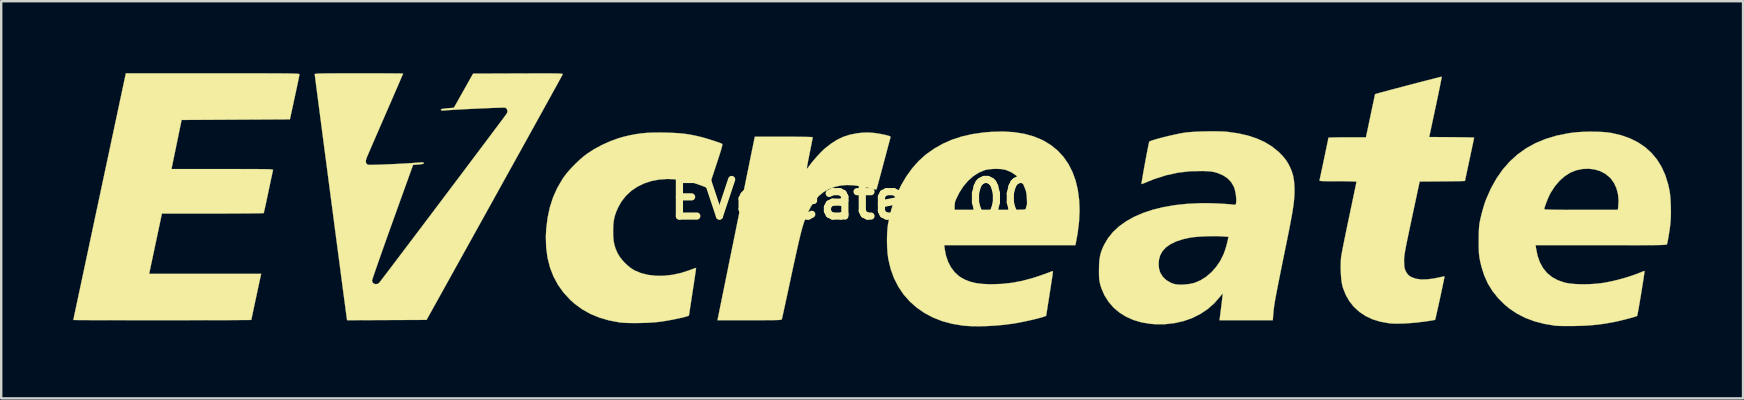
<source format=kicad_pcb>
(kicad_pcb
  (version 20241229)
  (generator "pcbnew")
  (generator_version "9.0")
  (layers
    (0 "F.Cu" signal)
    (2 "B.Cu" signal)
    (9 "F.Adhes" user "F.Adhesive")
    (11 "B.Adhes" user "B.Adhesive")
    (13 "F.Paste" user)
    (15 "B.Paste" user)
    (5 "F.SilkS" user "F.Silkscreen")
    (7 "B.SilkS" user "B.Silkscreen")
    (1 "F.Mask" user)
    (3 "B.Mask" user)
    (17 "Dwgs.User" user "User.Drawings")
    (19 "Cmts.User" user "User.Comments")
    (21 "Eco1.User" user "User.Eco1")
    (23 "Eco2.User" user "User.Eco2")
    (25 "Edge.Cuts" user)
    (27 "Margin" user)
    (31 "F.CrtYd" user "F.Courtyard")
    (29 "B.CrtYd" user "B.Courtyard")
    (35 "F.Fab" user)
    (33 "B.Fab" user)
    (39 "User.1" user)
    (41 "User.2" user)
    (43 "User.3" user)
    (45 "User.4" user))
  (footprint "EVcreate_1000"
    (layer "F.Cu")
    (at 33.279 5.263)
    (property "Reference" "EVcreate_1000" (at 0 0 0) (layer "F.SilkS") (effects (font (size 1.524 1.524) (thickness 0.3))))
    (attr through_hole)
    (fp_poly (pts (xy -8.593 -2.787) (xy -8.295 -2.777) (xy -8.034 -2.762) (xy -7.799 -2.738) (xy -7.574 -2.704) (xy -7.348 -2.659) (xy -7.114 -2.604) (xy -7.003 -2.574) (xy -6.872 -2.536) (xy -6.731 -2.492) (xy -6.59 -2.447) (xy -6.46 -2.404) (xy -6.35 -2.365) (xy -6.272 -2.335) (xy -6.242 -2.321) (xy -6.233 -2.31) (xy -6.231 -2.287) (xy -6.236 -2.246) (xy -6.251 -2.185) (xy -6.275 -2.098) (xy -6.31 -1.981) (xy -6.358 -1.829) (xy -6.42 -1.639) (xy -6.497 -1.405) (xy -6.505 -1.381) (xy -6.807 -0.464) (xy -7.055 -0.564) (xy -7.434 -0.698) (xy -7.808 -0.79) (xy -8.174 -0.843) (xy -8.528 -0.856) (xy -8.869 -0.831) (xy -9.192 -0.768) (xy -9.494 -0.669) (xy -9.772 -0.533) (xy -10.024 -0.363) (xy -10.245 -0.158) (xy -10.432 0.081) (xy -10.566 0.316) (xy -10.651 0.508) (xy -10.712 0.686) (xy -10.752 0.867) (xy -10.774 1.064) (xy -10.781 1.293) (xy -10.781 1.333) (xy -10.776 1.552) (xy -10.758 1.735) (xy -10.726 1.898) (xy -10.676 2.054) (xy -10.605 2.218) (xy -10.597 2.235) (xy -10.503 2.392) (xy -10.374 2.555) (xy -10.223 2.71) (xy -10.061 2.845) (xy -9.901 2.948) (xy -9.892 2.953) (xy -9.619 3.067) (xy -9.318 3.142) (xy -8.995 3.179) (xy -8.655 3.177) (xy -8.302 3.137) (xy -7.944 3.058) (xy -7.584 2.941) (xy -7.565 2.933) (xy -7.465 2.896) (xy -7.386 2.868) (xy -7.336 2.853) (xy -7.325 2.852) (xy -7.327 2.878) (xy -7.337 2.948) (xy -7.352 3.058) (xy -7.373 3.202) (xy -7.399 3.374) (xy -7.428 3.569) (xy -7.461 3.782) (xy -7.469 3.833) (xy -7.502 4.049) (xy -7.533 4.25) (xy -7.561 4.43) (xy -7.584 4.583) (xy -7.602 4.703) (xy -7.614 4.786) (xy -7.62 4.826) (xy -7.62 4.828) (xy -7.644 4.846) (xy -7.712 4.87) (xy -7.817 4.9) (xy -7.954 4.933) (xy -8.116 4.968) (xy -8.296 5.005) (xy -8.489 5.04) (xy -8.688 5.074) (xy -8.75 5.084) (xy -8.921 5.105) (xy -9.125 5.123) (xy -9.351 5.136) (xy -9.589 5.144) (xy -9.827 5.148) (xy -10.054 5.147) (xy -10.259 5.141) (xy -10.432 5.129) (xy -10.516 5.12) (xy -10.955 5.037) (xy -11.359 4.919) (xy -11.73 4.765) (xy -12.071 4.574) (xy -12.384 4.345) (xy -12.568 4.181) (xy -12.845 3.881) (xy -13.078 3.556) (xy -13.267 3.205) (xy -13.412 2.829) (xy -13.514 2.427) (xy -13.571 2.001) (xy -13.584 1.549) (xy -13.569 1.238) (xy -13.512 0.765) (xy -13.417 0.324) (xy -13.284 -0.089) (xy -13.11 -0.478) (xy -12.895 -0.846) (xy -12.819 -0.958) (xy -12.695 -1.118) (xy -12.54 -1.294) (xy -12.365 -1.474) (xy -12.183 -1.647) (xy -12.004 -1.802) (xy -11.861 -1.911) (xy -11.571 -2.099) (xy -11.246 -2.273) (xy -10.906 -2.426) (xy -10.566 -2.55) (xy -10.346 -2.614) (xy -10.088 -2.675) (xy -9.845 -2.722) (xy -9.605 -2.756) (xy -9.356 -2.778) (xy -9.087 -2.789) (xy -8.786 -2.79) (xy -8.593 -2.787)) (stroke (width 0.01) (type solid)) (fill yes) (layer "F.SilkS"))
    (fp_poly (pts (xy 0.1 -2.773) (xy 0.367 -2.731) (xy 0.566 -2.689) (xy 0.674 -2.662) (xy 0.74 -2.64) (xy 0.772 -2.621) (xy 0.778 -2.599) (xy 0.777 -2.595) (xy 0.768 -2.562) (xy 0.748 -2.485) (xy 0.717 -2.37) (xy 0.677 -2.222) (xy 0.63 -2.045) (xy 0.577 -1.845) (xy 0.519 -1.628) (xy 0.481 -1.486) (xy 0.421 -1.262) (xy 0.366 -1.054) (xy 0.315 -0.866) (xy 0.272 -0.704) (xy 0.236 -0.573) (xy 0.21 -0.478) (xy 0.195 -0.423) (xy 0.191 -0.412) (xy 0.166 -0.415) (xy 0.101 -0.429) (xy 0.005 -0.45) (xy -0.11 -0.477) (xy -0.12 -0.48) (xy -0.46 -0.552) (xy -0.766 -0.593) (xy -1.045 -0.604) (xy -1.3 -0.582) (xy -1.54 -0.529) (xy -1.77 -0.445) (xy -1.802 -0.43) (xy -2.018 -0.307) (xy -2.209 -0.151) (xy -2.379 0.044) (xy -2.533 0.282) (xy -2.617 0.444) (xy -2.664 0.542) (xy -2.707 0.636) (xy -2.747 0.729) (xy -2.785 0.825) (xy -2.821 0.927) (xy -2.858 1.039) (xy -2.895 1.165) (xy -2.935 1.309) (xy -2.977 1.474) (xy -3.023 1.664) (xy -3.073 1.883) (xy -3.13 2.134) (xy -3.193 2.421) (xy -3.265 2.748) (xy -3.345 3.119) (xy -3.403 3.391) (xy -3.462 3.665) (xy -3.518 3.925) (xy -3.57 4.166) (xy -3.617 4.385) (xy -3.659 4.576) (xy -3.694 4.736) (xy -3.721 4.86) (xy -3.74 4.944) (xy -3.749 4.983) (xy -3.749 4.985) (xy -3.755 4.995) (xy -3.767 5.003) (xy -3.792 5.01) (xy -3.831 5.015) (xy -3.89 5.02) (xy -3.973 5.023) (xy -4.083 5.025) (xy -4.225 5.027) (xy -4.402 5.028) (xy -4.619 5.029) (xy -4.88 5.029) (xy -5.098 5.029) (xy -6.433 5.029) (xy -6.419 4.959) (xy -6.402 4.878) (xy -6.377 4.753) (xy -6.344 4.589) (xy -6.303 4.39) (xy -6.256 4.157) (xy -6.203 3.896) (xy -6.144 3.608) (xy -6.081 3.298) (xy -6.014 2.968) (xy -5.944 2.622) (xy -5.871 2.264) (xy -5.796 1.897) (xy -5.72 1.523) (xy -5.644 1.147) (xy -5.567 0.771) (xy -5.492 0.399) (xy -5.418 0.035) (xy -5.346 -0.319) (xy -5.277 -0.659) (xy -5.211 -0.982) (xy -5.149 -1.284) (xy -5.093 -1.562) (xy -5.042 -1.813) (xy -4.997 -2.033) (xy -4.959 -2.219) (xy -4.928 -2.368) (xy -4.906 -2.477) (xy -4.893 -2.541) (xy -4.889 -2.559) (xy -4.876 -2.616) (xy -3.67 -2.616) (xy -3.428 -2.616) (xy -3.202 -2.615) (xy -2.997 -2.613) (xy -2.819 -2.61) (xy -2.671 -2.607) (xy -2.559 -2.604) (xy -2.489 -2.6) (xy -2.464 -2.596) (xy -2.464 -2.596) (xy -2.469 -2.566) (xy -2.482 -2.494) (xy -2.503 -2.385) (xy -2.53 -2.248) (xy -2.562 -2.088) (xy -2.591 -1.942) (xy -2.625 -1.769) (xy -2.656 -1.613) (xy -2.681 -1.479) (xy -2.699 -1.376) (xy -2.709 -1.31) (xy -2.711 -1.288) (xy -2.694 -1.295) (xy -2.658 -1.335) (xy -2.627 -1.377) (xy -2.521 -1.518) (xy -2.394 -1.672) (xy -2.257 -1.827) (xy -2.121 -1.971) (xy -1.999 -2.09) (xy -1.957 -2.127) (xy -1.699 -2.329) (xy -1.448 -2.489) (xy -1.193 -2.61) (xy -0.924 -2.698) (xy -0.635 -2.757) (xy -0.387 -2.785) (xy -0.147 -2.791) (xy 0.1 -2.773)) (stroke (width 0.01) (type solid)) (fill yes) (layer "F.SilkS"))
    (fp_poly (pts (xy 5.926 -2.805) (xy 6.345 -2.738) (xy 6.732 -2.632) (xy 7.087 -2.486) (xy 7.17 -2.444) (xy 7.479 -2.254) (xy 7.752 -2.028) (xy 7.991 -1.767) (xy 8.193 -1.473) (xy 8.359 -1.147) (xy 8.489 -0.79) (xy 8.581 -0.404) (xy 8.636 0.011) (xy 8.654 0.452) (xy 8.633 0.919) (xy 8.573 1.41) (xy 8.507 1.772) (xy 8.48 1.905) (xy 3.016 1.905) (xy 3.033 2.051) (xy 3.086 2.331) (xy 3.174 2.59) (xy 3.295 2.823) (xy 3.445 3.024) (xy 3.622 3.187) (xy 3.696 3.239) (xy 3.887 3.344) (xy 4.095 3.424) (xy 4.326 3.481) (xy 4.587 3.516) (xy 4.887 3.531) (xy 4.991 3.532) (xy 5.42 3.517) (xy 5.838 3.471) (xy 6.257 3.392) (xy 6.688 3.277) (xy 6.96 3.189) (xy 7.1 3.141) (xy 7.232 3.095) (xy 7.342 3.054) (xy 7.421 3.024) (xy 7.449 3.013) (xy 7.509 2.988) (xy 7.536 2.985) (xy 7.544 3.005) (xy 7.544 3.018) (xy 7.54 3.054) (xy 7.529 3.133) (xy 7.512 3.251) (xy 7.489 3.4) (xy 7.462 3.576) (xy 7.432 3.771) (xy 7.404 3.946) (xy 7.372 4.151) (xy 7.342 4.34) (xy 7.316 4.507) (xy 7.294 4.646) (xy 7.277 4.751) (xy 7.267 4.817) (xy 7.264 4.838) (xy 7.241 4.856) (xy 7.174 4.881) (xy 7.071 4.913) (xy 6.938 4.949) (xy 6.783 4.988) (xy 6.613 5.028) (xy 6.434 5.067) (xy 6.253 5.105) (xy 6.077 5.139) (xy 5.913 5.167) (xy 5.829 5.18) (xy 5.49 5.223) (xy 5.141 5.254) (xy 4.792 5.274) (xy 4.457 5.282) (xy 4.145 5.278) (xy 3.867 5.261) (xy 3.797 5.254) (xy 3.353 5.181) (xy 2.936 5.069) (xy 2.549 4.917) (xy 2.191 4.728) (xy 1.866 4.503) (xy 1.575 4.244) (xy 1.319 3.952) (xy 1.101 3.628) (xy 0.921 3.274) (xy 0.783 2.892) (xy 0.686 2.484) (xy 0.684 2.473) (xy 0.655 2.251) (xy 0.637 1.996) (xy 0.63 1.726) (xy 0.635 1.457) (xy 0.651 1.206) (xy 0.671 1.041) (xy 0.757 0.613) (xy 0.809 0.432) (xy 3.356 0.432) (xy 4.892 0.432) (xy 5.21 0.432) (xy 5.481 0.431) (xy 5.709 0.431) (xy 5.898 0.43) (xy 6.051 0.428) (xy 6.172 0.426) (xy 6.265 0.423) (xy 6.334 0.419) (xy 6.382 0.414) (xy 6.414 0.408) (xy 6.433 0.401) (xy 6.443 0.393) (xy 6.446 0.387) (xy 6.458 0.325) (xy 6.464 0.225) (xy 6.465 0.102) (xy 6.46 -0.032) (xy 6.45 -0.164) (xy 6.435 -0.28) (xy 6.417 -0.366) (xy 6.417 -0.368) (xy 6.321 -0.609) (xy 6.188 -0.819) (xy 6.021 -0.993) (xy 5.825 -1.13) (xy 5.602 -1.225) (xy 5.522 -1.247) (xy 5.386 -1.269) (xy 5.222 -1.277) (xy 5.047 -1.274) (xy 4.879 -1.259) (xy 4.736 -1.233) (xy 4.699 -1.222) (xy 4.453 -1.118) (xy 4.221 -0.968) (xy 4.006 -0.777) (xy 3.812 -0.548) (xy 3.642 -0.285) (xy 3.499 0.007) (xy 3.394 0.304) (xy 3.356 0.432) (xy 0.809 0.432) (xy 0.88 0.191) (xy 1.037 -0.217) (xy 1.226 -0.606) (xy 1.443 -0.971) (xy 1.685 -1.305) (xy 1.949 -1.603) (xy 2.231 -1.858) (xy 2.271 -1.89) (xy 2.611 -2.128) (xy 2.968 -2.329) (xy 3.347 -2.495) (xy 3.751 -2.626) (xy 4.186 -2.725) (xy 4.655 -2.792) (xy 4.991 -2.82) (xy 5.474 -2.832) (xy 5.926 -2.805)) (stroke (width 0.01) (type solid)) (fill yes) (layer "F.SilkS"))
    (fp_poly (pts (xy -26.967 -5.258) (xy -26.515 -5.258) (xy -26.108 -5.258) (xy -25.745 -5.257) (xy -25.423 -5.257) (xy -25.14 -5.256) (xy -24.892 -5.255) (xy -24.678 -5.254) (xy -24.496 -5.253) (xy -24.342 -5.251) (xy -24.215 -5.249) (xy -24.112 -5.247) (xy -24.03 -5.244) (xy -23.967 -5.24) (xy -23.921 -5.237) (xy -23.888 -5.233) (xy -23.868 -5.228) (xy -23.857 -5.223) (xy -23.852 -5.217) (xy -23.852 -5.213) (xy -23.857 -5.179) (xy -23.872 -5.101) (xy -23.896 -4.985) (xy -23.926 -4.837) (xy -23.963 -4.662) (xy -24.005 -4.467) (xy -24.05 -4.258) (xy -24.051 -4.255) (xy -24.249 -3.34) (xy -28.762 -3.315) (xy -28.956 -2.375) (xy -29 -2.16) (xy -29.042 -1.958) (xy -29.08 -1.775) (xy -29.113 -1.617) (xy -29.139 -1.49) (xy -29.157 -1.401) (xy -29.167 -1.354) (xy -29.167 -1.353) (xy -29.183 -1.27) (xy -27.061 -1.27) (xy -26.684 -1.27) (xy -26.353 -1.27) (xy -26.068 -1.269) (xy -25.823 -1.269) (xy -25.617 -1.268) (xy -25.446 -1.266) (xy -25.306 -1.265) (xy -25.195 -1.262) (xy -25.109 -1.259) (xy -25.046 -1.256) (xy -25.002 -1.251) (xy -24.974 -1.246) (xy -24.958 -1.24) (xy -24.952 -1.233) (xy -24.952 -1.226) (xy -24.961 -1.191) (xy -24.978 -1.113) (xy -25.003 -0.997) (xy -25.035 -0.849) (xy -25.071 -0.676) (xy -25.112 -0.483) (xy -25.147 -0.318) (xy -25.19 -0.115) (xy -25.229 0.071) (xy -25.265 0.237) (xy -25.295 0.374) (xy -25.319 0.479) (xy -25.334 0.544) (xy -25.34 0.565) (xy -25.367 0.568) (xy -25.44 0.57) (xy -25.557 0.573) (xy -25.714 0.576) (xy -25.906 0.578) (xy -26.131 0.58) (xy -26.383 0.581) (xy -26.66 0.583) (xy -26.958 0.584) (xy -27.273 0.584) (xy -27.467 0.584) (xy -29.582 0.584) (xy -29.742 1.34) (xy -29.789 1.561) (xy -29.839 1.796) (xy -29.888 2.031) (xy -29.936 2.253) (xy -29.977 2.45) (xy -30.009 2.597) (xy -30.115 3.099) (xy -25.445 3.099) (xy -25.46 3.156) (xy -25.469 3.196) (xy -25.487 3.278) (xy -25.512 3.393) (xy -25.543 3.536) (xy -25.578 3.7) (xy -25.616 3.878) (xy -25.656 4.064) (xy -25.696 4.25) (xy -25.734 4.43) (xy -25.77 4.598) (xy -25.801 4.746) (xy -25.827 4.869) (xy -25.846 4.958) (xy -25.856 5.009) (xy -25.857 5.017) (xy -25.882 5.018) (xy -25.955 5.02) (xy -26.073 5.021) (xy -26.234 5.022) (xy -26.434 5.023) (xy -26.67 5.025) (xy -26.941 5.026) (xy -27.243 5.026) (xy -27.573 5.027) (xy -27.928 5.028) (xy -28.306 5.028) (xy -28.704 5.029) (xy -29.119 5.029) (xy -29.549 5.029) (xy -29.566 5.029) (xy -29.995 5.029) (xy -30.411 5.029) (xy -30.81 5.029) (xy -31.189 5.028) (xy -31.545 5.028) (xy -31.876 5.027) (xy -32.179 5.027) (xy -32.451 5.026) (xy -32.689 5.025) (xy -32.891 5.024) (xy -33.053 5.023) (xy -33.172 5.022) (xy -33.247 5.021) (xy -33.274 5.02) (xy -33.274 5.02) (xy -33.269 4.995) (xy -33.253 4.922) (xy -33.229 4.805) (xy -33.195 4.644) (xy -33.152 4.443) (xy -33.101 4.205) (xy -33.043 3.93) (xy -32.977 3.623) (xy -32.905 3.284) (xy -32.827 2.916) (xy -32.743 2.523) (xy -32.654 2.105) (xy -32.561 1.665) (xy -32.463 1.207) (xy -32.362 0.731) (xy -32.257 0.241) (xy -32.194 -0.053) (xy -32.088 -0.552) (xy -31.985 -1.038) (xy -31.884 -1.509) (xy -31.787 -1.963) (xy -31.695 -2.397) (xy -31.607 -2.808) (xy -31.525 -3.195) (xy -31.448 -3.554) (xy -31.378 -3.885) (xy -31.314 -4.184) (xy -31.258 -4.448) (xy -31.209 -4.676) (xy -31.169 -4.865) (xy -31.137 -5.013) (xy -31.115 -5.118) (xy -31.103 -5.176) (xy -31.1 -5.188) (xy -31.086 -5.258) (xy -27.468 -5.258) (xy -26.967 -5.258)) (stroke (width 0.01) (type solid)) (fill yes) (layer "F.SilkS"))
    (fp_poly (pts (xy 30.183 -2.824) (xy 30.432 -2.814) (xy 30.656 -2.795) (xy 30.811 -2.773) (xy 31.217 -2.679) (xy 31.588 -2.548) (xy 31.924 -2.381) (xy 32.224 -2.178) (xy 32.488 -1.939) (xy 32.717 -1.664) (xy 32.908 -1.354) (xy 33.063 -1.009) (xy 33.181 -0.63) (xy 33.237 -0.368) (xy 33.261 -0.196) (xy 33.279 0.012) (xy 33.29 0.242) (xy 33.295 0.478) (xy 33.292 0.706) (xy 33.281 0.911) (xy 33.275 0.979) (xy 33.26 1.115) (xy 33.239 1.268) (xy 33.214 1.428) (xy 33.189 1.581) (xy 33.164 1.716) (xy 33.142 1.82) (xy 33.131 1.861) (xy 33.127 1.868) (xy 33.117 1.874) (xy 33.099 1.879) (xy 33.069 1.884) (xy 33.025 1.888) (xy 32.963 1.892) (xy 32.882 1.895) (xy 32.778 1.898) (xy 32.649 1.9) (xy 32.491 1.901) (xy 32.302 1.903) (xy 32.079 1.903) (xy 31.819 1.904) (xy 31.519 1.905) (xy 31.177 1.905) (xy 30.79 1.905) (xy 30.388 1.905) (xy 27.657 1.905) (xy 27.674 2.026) (xy 27.737 2.34) (xy 27.835 2.618) (xy 27.968 2.859) (xy 28.136 3.063) (xy 28.339 3.231) (xy 28.578 3.362) (xy 28.852 3.457) (xy 28.889 3.467) (xy 29.074 3.5) (xy 29.298 3.522) (xy 29.549 3.532) (xy 29.815 3.53) (xy 30.087 3.517) (xy 30.352 3.492) (xy 30.518 3.468) (xy 30.776 3.419) (xy 31.06 3.352) (xy 31.353 3.272) (xy 31.638 3.183) (xy 31.901 3.09) (xy 32.065 3.024) (xy 32.135 2.995) (xy 32.183 2.979) (xy 32.196 2.978) (xy 32.195 3.005) (xy 32.186 3.075) (xy 32.171 3.182) (xy 32.15 3.319) (xy 32.125 3.478) (xy 32.097 3.654) (xy 32.067 3.84) (xy 32.036 4.028) (xy 32.005 4.211) (xy 31.976 4.384) (xy 31.949 4.54) (xy 31.925 4.67) (xy 31.906 4.77) (xy 31.893 4.832) (xy 31.888 4.849) (xy 31.853 4.865) (xy 31.777 4.89) (xy 31.67 4.922) (xy 31.539 4.957) (xy 31.395 4.995) (xy 31.246 5.032) (xy 31.1 5.067) (xy 30.967 5.096) (xy 30.912 5.107) (xy 30.59 5.165) (xy 30.282 5.209) (xy 29.97 5.24) (xy 29.64 5.26) (xy 29.286 5.27) (xy 29.101 5.272) (xy 28.921 5.272) (xy 28.756 5.27) (xy 28.616 5.266) (xy 28.512 5.26) (xy 28.473 5.257) (xy 28.022 5.182) (xy 27.607 5.074) (xy 27.227 4.931) (xy 26.88 4.754) (xy 26.563 4.541) (xy 26.365 4.377) (xy 26.091 4.103) (xy 25.86 3.814) (xy 25.67 3.505) (xy 25.518 3.169) (xy 25.4 2.8) (xy 25.343 2.554) (xy 25.323 2.448) (xy 25.308 2.349) (xy 25.297 2.246) (xy 25.291 2.127) (xy 25.287 1.984) (xy 25.286 1.804) (xy 25.286 1.727) (xy 25.288 1.503) (xy 25.293 1.306) (xy 25.302 1.143) (xy 25.315 1.021) (xy 25.319 0.991) (xy 25.361 0.788) (xy 25.415 0.565) (xy 25.46 0.405) (xy 28.016 0.405) (xy 28.035 0.411) (xy 28.094 0.416) (xy 28.193 0.421) (xy 28.334 0.424) (xy 28.519 0.427) (xy 28.749 0.43) (xy 29.027 0.431) (xy 29.353 0.432) (xy 29.549 0.432) (xy 31.083 0.432) (xy 31.099 0.314) (xy 31.115 0.041) (xy 31.091 -0.221) (xy 31.026 -0.466) (xy 30.925 -0.687) (xy 30.787 -0.879) (xy 30.744 -0.924) (xy 30.561 -1.072) (xy 30.349 -1.183) (xy 30.115 -1.253) (xy 29.866 -1.284) (xy 29.608 -1.272) (xy 29.347 -1.217) (xy 29.337 -1.214) (xy 29.099 -1.116) (xy 28.872 -0.972) (xy 28.66 -0.785) (xy 28.467 -0.561) (xy 28.298 -0.303) (xy 28.235 -0.185) (xy 28.19 -0.089) (xy 28.143 0.024) (xy 28.098 0.141) (xy 28.058 0.25) (xy 28.03 0.34) (xy 28.017 0.398) (xy 28.016 0.405) (xy 25.46 0.405) (xy 25.478 0.34) (xy 25.543 0.133) (xy 25.595 -0.01) (xy 25.797 -0.465) (xy 26.028 -0.878) (xy 26.289 -1.252) (xy 26.581 -1.584) (xy 26.904 -1.877) (xy 27.259 -2.131) (xy 27.645 -2.345) (xy 28.065 -2.52) (xy 28.517 -2.658) (xy 29.004 -2.757) (xy 29.176 -2.782) (xy 29.403 -2.806) (xy 29.655 -2.821) (xy 29.919 -2.827) (xy 30.183 -2.824)) (stroke (width 0.01) (type solid)) (fill yes) (layer "F.SilkS"))
    (fp_poly (pts (xy 23.742 -5.091) (xy 23.73 -5.02) (xy 23.708 -4.909) (xy 23.679 -4.762) (xy 23.643 -4.585) (xy 23.601 -4.381) (xy 23.554 -4.156) (xy 23.503 -3.915) (xy 23.49 -3.855) (xy 23.223 -2.603) (xy 24.159 -2.597) (xy 24.372 -2.595) (xy 24.567 -2.593) (xy 24.74 -2.59) (xy 24.885 -2.587) (xy 24.996 -2.584) (xy 25.068 -2.581) (xy 25.095 -2.578) (xy 25.095 -2.578) (xy 25.09 -2.551) (xy 25.075 -2.481) (xy 25.053 -2.372) (xy 25.023 -2.23) (xy 24.987 -2.061) (xy 24.946 -1.871) (xy 24.905 -1.676) (xy 24.861 -1.471) (xy 24.821 -1.282) (xy 24.785 -1.114) (xy 24.755 -0.974) (xy 24.733 -0.867) (xy 24.719 -0.799) (xy 24.714 -0.775) (xy 24.69 -0.772) (xy 24.62 -0.769) (xy 24.511 -0.766) (xy 24.367 -0.763) (xy 24.195 -0.76) (xy 24.001 -0.758) (xy 23.788 -0.756) (xy 23.77 -0.756) (xy 22.826 -0.749) (xy 22.538 0.597) (xy 22.466 0.936) (xy 22.404 1.228) (xy 22.351 1.48) (xy 22.307 1.694) (xy 22.27 1.874) (xy 22.241 2.025) (xy 22.218 2.151) (xy 22.201 2.255) (xy 22.189 2.342) (xy 22.181 2.416) (xy 22.177 2.48) (xy 22.176 2.539) (xy 22.177 2.597) (xy 22.179 2.652) (xy 22.186 2.772) (xy 22.198 2.859) (xy 22.22 2.929) (xy 22.255 3.002) (xy 22.267 3.024) (xy 22.326 3.115) (xy 22.392 3.179) (xy 22.487 3.235) (xy 22.487 3.236) (xy 22.663 3.3) (xy 22.876 3.331) (xy 23.125 3.329) (xy 23.408 3.293) (xy 23.63 3.248) (xy 23.729 3.226) (xy 23.808 3.21) (xy 23.854 3.204) (xy 23.861 3.204) (xy 23.858 3.231) (xy 23.845 3.3) (xy 23.824 3.405) (xy 23.796 3.539) (xy 23.763 3.696) (xy 23.726 3.869) (xy 23.687 4.05) (xy 23.647 4.234) (xy 23.608 4.413) (xy 23.571 4.58) (xy 23.537 4.73) (xy 23.509 4.855) (xy 23.487 4.948) (xy 23.473 5.002) (xy 23.468 5.014) (xy 23.44 5.021) (xy 23.369 5.034) (xy 23.264 5.051) (xy 23.133 5.071) (xy 22.983 5.092) (xy 22.973 5.093) (xy 22.714 5.125) (xy 22.453 5.148) (xy 22.198 5.164) (xy 21.96 5.171) (xy 21.75 5.17) (xy 21.578 5.159) (xy 21.547 5.155) (xy 21.189 5.091) (xy 20.867 4.993) (xy 20.579 4.858) (xy 20.32 4.687) (xy 20.089 4.477) (xy 20.072 4.459) (xy 19.893 4.232) (xy 19.745 3.972) (xy 19.633 3.688) (xy 19.605 3.594) (xy 19.578 3.456) (xy 19.557 3.281) (xy 19.542 3.083) (xy 19.535 2.875) (xy 19.536 2.671) (xy 19.545 2.483) (xy 19.557 2.373) (xy 19.568 2.306) (xy 19.588 2.194) (xy 19.617 2.044) (xy 19.653 1.86) (xy 19.696 1.648) (xy 19.744 1.413) (xy 19.796 1.16) (xy 19.852 0.895) (xy 19.89 0.713) (xy 19.945 0.45) (xy 19.998 0.203) (xy 20.045 -0.026) (xy 20.088 -0.23) (xy 20.125 -0.407) (xy 20.155 -0.551) (xy 20.177 -0.657) (xy 20.19 -0.722) (xy 20.193 -0.741) (xy 20.169 -0.746) (xy 20.1 -0.751) (xy 19.992 -0.755) (xy 19.852 -0.758) (xy 19.686 -0.761) (xy 19.5 -0.762) (xy 19.417 -0.762) (xy 19.197 -0.762) (xy 19.024 -0.763) (xy 18.891 -0.764) (xy 18.793 -0.767) (xy 18.726 -0.771) (xy 18.683 -0.777) (xy 18.66 -0.784) (xy 18.652 -0.794) (xy 18.653 -0.806) (xy 18.662 -0.842) (xy 18.679 -0.918) (xy 18.703 -1.03) (xy 18.732 -1.17) (xy 18.767 -1.33) (xy 18.803 -1.505) (xy 18.842 -1.686) (xy 18.88 -1.868) (xy 18.916 -2.043) (xy 18.95 -2.204) (xy 18.979 -2.344) (xy 19.002 -2.457) (xy 19.018 -2.535) (xy 19.024 -2.572) (xy 19.025 -2.574) (xy 19.049 -2.578) (xy 19.118 -2.582) (xy 19.226 -2.585) (xy 19.366 -2.588) (xy 19.532 -2.59) (xy 19.718 -2.591) (xy 19.806 -2.591) (xy 20.588 -2.591) (xy 20.776 -3.486) (xy 20.819 -3.692) (xy 20.859 -3.882) (xy 20.895 -4.049) (xy 20.925 -4.189) (xy 20.948 -4.297) (xy 20.963 -4.365) (xy 20.969 -4.389) (xy 20.995 -4.398) (xy 21.064 -4.418) (xy 21.171 -4.448) (xy 21.312 -4.486) (xy 21.48 -4.531) (xy 21.67 -4.582) (xy 21.878 -4.637) (xy 22.097 -4.694) (xy 22.322 -4.754) (xy 22.548 -4.813) (xy 22.769 -4.871) (xy 22.981 -4.926) (xy 23.177 -4.976) (xy 23.353 -5.021) (xy 23.502 -5.059) (xy 23.621 -5.089) (xy 23.703 -5.109) (xy 23.742 -5.117) (xy 23.745 -5.117) (xy 23.742 -5.091)) (stroke (width 0.01) (type solid)) (fill yes) (layer "F.SilkS"))
    (fp_poly (pts (xy 14.433 -2.839) (xy 14.624 -2.834) (xy 14.78 -2.824) (xy 14.816 -2.82) (xy 15.263 -2.756) (xy 15.669 -2.664) (xy 16.037 -2.543) (xy 16.367 -2.394) (xy 16.664 -2.214) (xy 16.928 -2.002) (xy 16.976 -1.958) (xy 17.123 -1.807) (xy 17.24 -1.665) (xy 17.338 -1.514) (xy 17.412 -1.374) (xy 17.496 -1.18) (xy 17.555 -0.983) (xy 17.591 -0.769) (xy 17.608 -0.527) (xy 17.61 -0.381) (xy 17.608 -0.264) (xy 17.604 -0.149) (xy 17.596 -0.031) (xy 17.584 0.095) (xy 17.567 0.232) (xy 17.545 0.386) (xy 17.517 0.561) (xy 17.481 0.761) (xy 17.438 0.991) (xy 17.387 1.256) (xy 17.326 1.56) (xy 17.256 1.908) (xy 17.231 2.029) (xy 17.15 2.426) (xy 17.079 2.776) (xy 17.017 3.084) (xy 16.963 3.353) (xy 16.917 3.587) (xy 16.877 3.79) (xy 16.844 3.964) (xy 16.816 4.114) (xy 16.794 4.244) (xy 16.775 4.357) (xy 16.76 4.457) (xy 16.748 4.547) (xy 16.739 4.63) (xy 16.731 4.712) (xy 16.724 4.795) (xy 16.721 4.831) (xy 16.706 5.029) (xy 14.487 5.029) (xy 14.557 4.477) (xy 14.577 4.315) (xy 14.594 4.172) (xy 14.607 4.054) (xy 14.616 3.968) (xy 14.619 3.923) (xy 14.619 3.917) (xy 14.602 3.932) (xy 14.562 3.978) (xy 14.511 4.044) (xy 14.268 4.323) (xy 13.991 4.566) (xy 13.684 4.771) (xy 13.35 4.938) (xy 12.992 5.065) (xy 12.612 5.151) (xy 12.215 5.195) (xy 11.804 5.195) (xy 11.594 5.179) (xy 11.234 5.119) (xy 10.899 5.02) (xy 10.592 4.883) (xy 10.315 4.71) (xy 10.072 4.504) (xy 9.865 4.266) (xy 9.695 3.998) (xy 9.566 3.702) (xy 9.52 3.555) (xy 9.498 3.464) (xy 9.482 3.38) (xy 9.471 3.291) (xy 9.466 3.183) (xy 9.464 3.045) (xy 9.464 2.921) (xy 9.469 2.694) (xy 9.47 2.684) (xy 11.949 2.684) (xy 11.963 2.866) (xy 12.007 3.026) (xy 12.018 3.05) (xy 12.125 3.222) (xy 12.271 3.362) (xy 12.455 3.469) (xy 12.598 3.521) (xy 12.721 3.543) (xy 12.877 3.55) (xy 13.05 3.542) (xy 13.226 3.521) (xy 13.389 3.488) (xy 13.453 3.469) (xy 13.698 3.366) (xy 13.932 3.217) (xy 14.151 3.029) (xy 14.347 2.808) (xy 14.516 2.56) (xy 14.651 2.289) (xy 14.663 2.26) (xy 14.711 2.128) (xy 14.76 1.971) (xy 14.803 1.811) (xy 14.836 1.67) (xy 14.843 1.634) (xy 14.857 1.554) (xy 14.585 1.535) (xy 14.408 1.528) (xy 14.202 1.526) (xy 13.982 1.531) (xy 13.762 1.54) (xy 13.555 1.554) (xy 13.376 1.572) (xy 13.271 1.587) (xy 12.953 1.657) (xy 12.677 1.748) (xy 12.444 1.861) (xy 12.255 1.994) (xy 12.112 2.148) (xy 12.015 2.322) (xy 12.012 2.329) (xy 11.965 2.5) (xy 11.949 2.684) (xy 9.47 2.684) (xy 9.484 2.504) (xy 9.511 2.339) (xy 9.553 2.184) (xy 9.613 2.028) (xy 9.678 1.886) (xy 9.844 1.607) (xy 10.054 1.349) (xy 10.306 1.115) (xy 10.6 0.905) (xy 10.933 0.72) (xy 11.305 0.559) (xy 11.713 0.424) (xy 12.155 0.316) (xy 12.632 0.234) (xy 13.14 0.18) (xy 13.678 0.155) (xy 13.894 0.153) (xy 14.059 0.155) (xy 14.246 0.16) (xy 14.443 0.169) (xy 14.638 0.179) (xy 14.817 0.191) (xy 14.968 0.204) (xy 15.067 0.216) (xy 15.129 0.221) (xy 15.159 0.206) (xy 15.175 0.157) (xy 15.18 0.133) (xy 15.186 0.033) (xy 15.179 -0.098) (xy 15.16 -0.243) (xy 15.131 -0.384) (xy 15.096 -0.503) (xy 15.079 -0.543) (xy 14.971 -0.727) (xy 14.826 -0.879) (xy 14.643 -1.003) (xy 14.418 -1.099) (xy 14.389 -1.109) (xy 14.299 -1.136) (xy 14.212 -1.155) (xy 14.116 -1.169) (xy 13.999 -1.178) (xy 13.848 -1.185) (xy 13.79 -1.187) (xy 13.274 -1.179) (xy 12.764 -1.12) (xy 12.261 -1.011) (xy 11.765 -0.852) (xy 11.542 -0.763) (xy 11.429 -0.716) (xy 11.335 -0.678) (xy 11.267 -0.652) (xy 11.237 -0.643) (xy 11.236 -0.643) (xy 11.237 -0.671) (xy 11.246 -0.741) (xy 11.263 -0.847) (xy 11.286 -0.983) (xy 11.313 -1.14) (xy 11.344 -1.313) (xy 11.377 -1.494) (xy 11.411 -1.677) (xy 11.444 -1.854) (xy 11.476 -2.018) (xy 11.505 -2.163) (xy 11.529 -2.281) (xy 11.548 -2.367) (xy 11.561 -2.412) (xy 11.563 -2.417) (xy 11.62 -2.442) (xy 11.719 -2.475) (xy 11.851 -2.515) (xy 12.009 -2.558) (xy 12.184 -2.603) (xy 12.37 -2.648) (xy 12.556 -2.691) (xy 12.737 -2.73) (xy 12.903 -2.763) (xy 13.018 -2.783) (xy 13.153 -2.8) (xy 13.328 -2.814) (xy 13.533 -2.826) (xy 13.757 -2.834) (xy 13.988 -2.839) (xy 14.217 -2.841) (xy 14.433 -2.839)) (stroke (width 0.01) (type solid)) (fill yes) (layer "F.SilkS"))
    (fp_poly (pts (xy -21.073 -5.258) (xy -20.788 -5.257) (xy -20.521 -5.257) (xy -20.278 -5.256) (xy -20.063 -5.255) (xy -19.878 -5.253) (xy -19.729 -5.252) (xy -19.619 -5.25) (xy -19.552 -5.249) (xy -19.533 -5.247) (xy -19.542 -5.223) (xy -19.571 -5.156) (xy -19.617 -5.049) (xy -19.678 -4.907) (xy -19.753 -4.733) (xy -19.841 -4.531) (xy -19.939 -4.305) (xy -20.046 -4.057) (xy -20.161 -3.793) (xy -20.272 -3.539) (xy -20.394 -3.259) (xy -20.511 -2.99) (xy -20.621 -2.736) (xy -20.723 -2.501) (xy -20.815 -2.289) (xy -20.894 -2.105) (xy -20.961 -1.951) (xy -21.011 -1.833) (xy -21.045 -1.754) (xy -21.059 -1.721) (xy -21.088 -1.606) (xy -21.075 -1.517) (xy -21.019 -1.455) (xy -21.009 -1.449) (xy -20.974 -1.445) (xy -20.894 -1.444) (xy -20.775 -1.445) (xy -20.624 -1.448) (xy -20.447 -1.454) (xy -20.249 -1.462) (xy -20.037 -1.471) (xy -19.816 -1.481) (xy -19.593 -1.493) (xy -19.374 -1.505) (xy -19.165 -1.518) (xy -18.972 -1.532) (xy -18.879 -1.539) (xy -18.774 -1.546) (xy -18.711 -1.546) (xy -18.679 -1.538) (xy -18.669 -1.521) (xy -18.669 -1.517) (xy -18.68 -1.497) (xy -18.719 -1.482) (xy -18.794 -1.47) (xy -18.893 -1.461) (xy -19.117 -1.443) (xy -19.973 0.936) (xy -20.093 1.27) (xy -20.208 1.592) (xy -20.316 1.898) (xy -20.418 2.184) (xy -20.511 2.448) (xy -20.594 2.686) (xy -20.667 2.895) (xy -20.727 3.071) (xy -20.775 3.211) (xy -20.808 3.312) (xy -20.825 3.37) (xy -20.828 3.383) (xy -20.807 3.455) (xy -20.752 3.504) (xy -20.679 3.527) (xy -20.601 3.519) (xy -20.532 3.475) (xy -20.531 3.473) (xy -20.507 3.444) (xy -20.455 3.377) (xy -20.377 3.274) (xy -20.274 3.139) (xy -20.148 2.974) (xy -20.002 2.781) (xy -19.837 2.563) (xy -19.655 2.322) (xy -19.458 2.062) (xy -19.248 1.784) (xy -19.026 1.491) (xy -18.796 1.186) (xy -18.558 0.871) (xy -18.315 0.549) (xy -18.069 0.222) (xy -17.821 -0.107) (xy -17.573 -0.436) (xy -17.327 -0.762) (xy -17.086 -1.082) (xy -16.851 -1.395) (xy -16.624 -1.697) (xy -16.407 -1.986) (xy -16.201 -2.259) (xy -16.01 -2.514) (xy -15.834 -2.749) (xy -15.675 -2.96) (xy -15.537 -3.146) (xy -15.419 -3.303) (xy -15.325 -3.429) (xy -15.257 -3.522) (xy -15.215 -3.579) (xy -15.203 -3.597) (xy -15.183 -3.679) (xy -15.201 -3.756) (xy -15.251 -3.812) (xy -15.287 -3.828) (xy -15.323 -3.829) (xy -15.404 -3.829) (xy -15.524 -3.825) (xy -15.676 -3.82) (xy -15.856 -3.814) (xy -16.056 -3.805) (xy -16.271 -3.796) (xy -16.496 -3.786) (xy -16.723 -3.775) (xy -16.948 -3.764) (xy -17.164 -3.752) (xy -17.365 -3.741) (xy -17.545 -3.73) (xy -17.698 -3.72) (xy -17.774 -3.715) (xy -17.871 -3.709) (xy -17.927 -3.711) (xy -17.953 -3.723) (xy -17.958 -3.739) (xy -17.947 -3.758) (xy -17.91 -3.772) (xy -17.84 -3.784) (xy -17.729 -3.796) (xy -17.687 -3.8) (xy -17.416 -3.823) (xy -17.016 -4.534) (xy -16.616 -5.245) (xy -14.744 -5.252) (xy -14.391 -5.253) (xy -14.085 -5.254) (xy -13.823 -5.254) (xy -13.602 -5.254) (xy -13.418 -5.254) (xy -13.268 -5.253) (xy -13.148 -5.251) (xy -13.056 -5.248) (xy -12.988 -5.245) (xy -12.94 -5.241) (xy -12.909 -5.236) (xy -12.891 -5.23) (xy -12.884 -5.223) (xy -12.884 -5.214) (xy -12.885 -5.214) (xy -12.898 -5.187) (xy -12.935 -5.119) (xy -12.994 -5.01) (xy -13.075 -4.863) (xy -13.176 -4.679) (xy -13.297 -4.461) (xy -13.435 -4.21) (xy -13.591 -3.929) (xy -13.762 -3.619) (xy -13.948 -3.283) (xy -14.148 -2.922) (xy -14.36 -2.538) (xy -14.584 -2.134) (xy -14.818 -1.712) (xy -15.062 -1.273) (xy -15.314 -0.819) (xy -15.573 -0.352) (xy -15.726 -0.076) (xy -18.555 5.016) (xy -20.21 5.023) (xy -21.865 5.03) (xy -21.88 4.934) (xy -21.886 4.896) (xy -21.897 4.812) (xy -21.915 4.683) (xy -21.937 4.513) (xy -21.965 4.306) (xy -21.997 4.063) (xy -22.034 3.787) (xy -22.074 3.483) (xy -22.118 3.151) (xy -22.164 2.797) (xy -22.214 2.421) (xy -22.266 2.028) (xy -22.32 1.62) (xy -22.375 1.2) (xy -22.431 0.771) (xy -22.488 0.336) (xy -22.546 -0.102) (xy -22.604 -0.541) (xy -22.661 -0.976) (xy -22.717 -1.407) (xy -22.773 -1.829) (xy -22.827 -2.239) (xy -22.879 -2.635) (xy -22.928 -3.014) (xy -22.975 -3.373) (xy -23.019 -3.709) (xy -23.06 -4.019) (xy -23.096 -4.3) (xy -23.129 -4.55) (xy -23.157 -4.765) (xy -23.18 -4.942) (xy -23.197 -5.078) (xy -23.209 -5.172) (xy -23.215 -5.219) (xy -23.216 -5.224) (xy -23.208 -5.23) (xy -23.184 -5.236) (xy -23.14 -5.241) (xy -23.073 -5.245) (xy -22.98 -5.249) (xy -22.857 -5.251) (xy -22.702 -5.254) (xy -22.512 -5.255) (xy -22.283 -5.257) (xy -22.012 -5.257) (xy -21.696 -5.258) (xy -21.374 -5.258) (xy -21.073 -5.258)) (stroke (width 0.01) (type solid)) (fill yes) (layer "F.SilkS")))
  (gr_rect
    (start -3 -3)
    (end 69.579 13.55)
    (stroke (width 0.1) (type default))
    (fill no)
    (layer "Edge.Cuts")))
</source>
